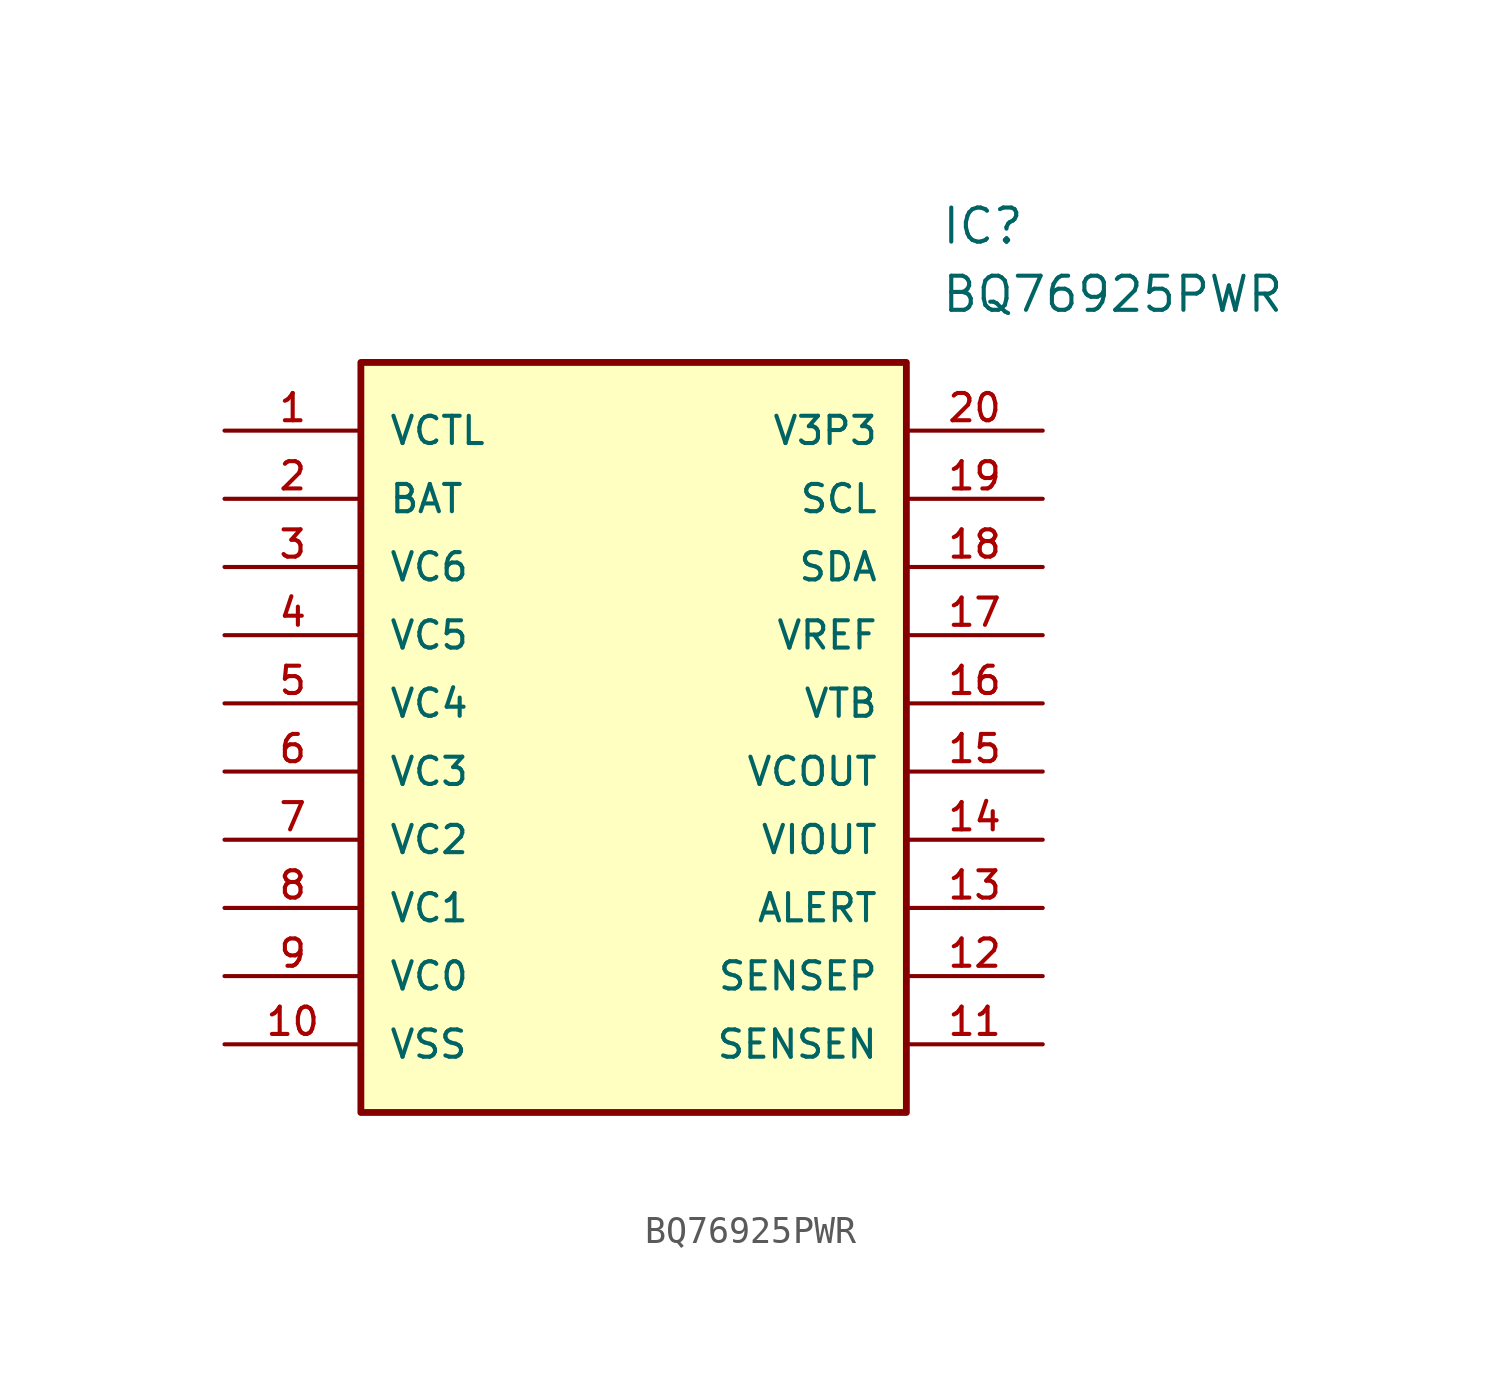
<source format=kicad_sym>
(kicad_symbol_lib
  (version 20220914)
  (generator kicad_symbol_editor)
  (symbol "BQ76925PWR"
    (pin_names
      (offset 1.016))
    (property "Reference" "IC"
      (at 26.67 7.62 0)
      (effects (font (size 1.27 1.27)) (justify left)))
    (property "Value" "BQ76925PWR"
      (at 26.67 5.08 0)
      (effects (font (size 1.27 1.27)) (justify left)))
    (symbol "BQ76925PWR_0_0"
      (rectangle (start 5.08 2.54) (end 25.4 -25.4) (stroke (width 0.254) (type default)) (fill (type background)))
      (pin bidirectional line (at 0 0 0) (length 5.08) (name "VCTL" (effects (font (size 1.016 1.016)))) (number "1" (effects (font (size 1.016 1.016)))))
      (pin bidirectional line (at 30.48 -22.86 180) (length 5.08) (name "SENSEN" (effects (font (size 1.016 1.016)))) (number "11" (effects (font (size 1.016 1.016)))))
      (pin bidirectional line (at 30.48 -20.32 180) (length 5.08) (name "SENSEP" (effects (font (size 1.016 1.016)))) (number "12" (effects (font (size 1.016 1.016)))))
      (pin bidirectional line (at 30.48 -17.78 180) (length 5.08) (name "ALERT" (effects (font (size 1.016 1.016)))) (number "13" (effects (font (size 1.016 1.016)))))
      (pin bidirectional line (at 30.48 -15.24 180) (length 5.08) (name "VIOUT" (effects (font (size 1.016 1.016)))) (number "14" (effects (font (size 1.016 1.016)))))
      (pin bidirectional line (at 30.48 -12.7 180) (length 5.08) (name "VCOUT" (effects (font (size 1.016 1.016)))) (number "15" (effects (font (size 1.016 1.016)))))
      (pin bidirectional line (at 30.48 -10.16 180) (length 5.08) (name "VTB" (effects (font (size 1.016 1.016)))) (number "16" (effects (font (size 1.016 1.016)))))
      (pin bidirectional line (at 30.48 -7.62 180) (length 5.08) (name "VREF" (effects (font (size 1.016 1.016)))) (number "17" (effects (font (size 1.016 1.016)))))
      (pin bidirectional line (at 30.48 -5.08 180) (length 5.08) (name "SDA" (effects (font (size 1.016 1.016)))) (number "18" (effects (font (size 1.016 1.016)))))
      (pin bidirectional line (at 30.48 -2.54 180) (length 5.08) (name "SCL" (effects (font (size 1.016 1.016)))) (number "19" (effects (font (size 1.016 1.016)))))
      (pin bidirectional line (at 0 -5.08 0) (length 5.08) (name "VC6" (effects (font (size 1.016 1.016)))) (number "3" (effects (font (size 1.016 1.016)))))
      (pin bidirectional line (at 0 -7.62 0) (length 5.08) (name "VC5" (effects (font (size 1.016 1.016)))) (number "4" (effects (font (size 1.016 1.016)))))
      (pin bidirectional line (at 0 -10.16 0) (length 5.08) (name "VC4" (effects (font (size 1.016 1.016)))) (number "5" (effects (font (size 1.016 1.016)))))
      (pin bidirectional line (at 0 -12.7 0) (length 5.08) (name "VC3" (effects (font (size 1.016 1.016)))) (number "6" (effects (font (size 1.016 1.016)))))
      (pin bidirectional line (at 0 -15.24 0) (length 5.08) (name "VC2" (effects (font (size 1.016 1.016)))) (number "7" (effects (font (size 1.016 1.016)))))
      (pin bidirectional line (at 0 -17.78 0) (length 5.08) (name "VC1" (effects (font (size 1.016 1.016)))) (number "8" (effects (font (size 1.016 1.016)))))
      (pin bidirectional line (at 0 -20.32 0) (length 5.08) (name "VC0" (effects (font (size 1.016 1.016)))) (number "9" (effects (font (size 1.016 1.016))))))
    (symbol "BQ76925PWR_1_0"
      (pin input line (at 0 -22.86 0) (length 5.08) (name "VSS" (effects (font (size 1.016 1.016)))) (number "10" (effects (font (size 1.016 1.016)))))
      (pin input line (at 0 -2.54 0) (length 5.08) (name "BAT" (effects (font (size 1.016 1.016)))) (number "2" (effects (font (size 1.016 1.016)))))
      (pin power_out line (at 30.48 0 180) (length 5.08) (name "V3P3" (effects (font (size 1.016 1.016)))) (number "20" (effects (font (size 1.016 1.016))))))))
</source>
